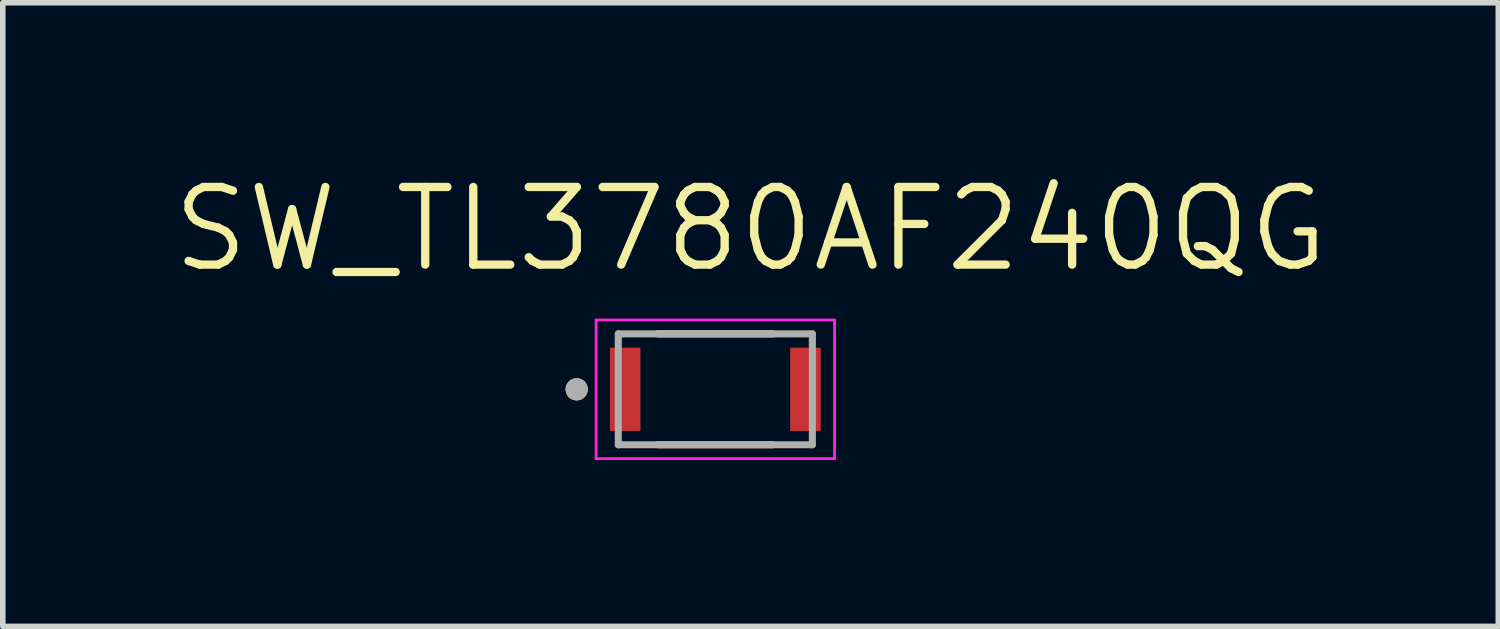
<source format=kicad_pcb>
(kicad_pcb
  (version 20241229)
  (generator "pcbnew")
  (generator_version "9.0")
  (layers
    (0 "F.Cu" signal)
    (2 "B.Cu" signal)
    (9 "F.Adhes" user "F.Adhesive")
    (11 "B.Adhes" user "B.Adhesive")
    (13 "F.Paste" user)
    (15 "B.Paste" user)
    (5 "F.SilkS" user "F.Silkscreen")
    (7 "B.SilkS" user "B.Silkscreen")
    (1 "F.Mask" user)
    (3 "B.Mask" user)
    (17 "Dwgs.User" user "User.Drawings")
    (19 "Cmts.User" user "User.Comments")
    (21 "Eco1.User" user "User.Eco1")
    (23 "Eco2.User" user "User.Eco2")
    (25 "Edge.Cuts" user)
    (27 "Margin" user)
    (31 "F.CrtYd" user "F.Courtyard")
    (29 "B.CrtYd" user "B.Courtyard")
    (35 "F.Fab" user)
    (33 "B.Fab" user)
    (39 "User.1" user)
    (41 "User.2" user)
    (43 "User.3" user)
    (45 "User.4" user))
  (footprint "SW_TL3780AF240QG"
    (layer "F.Cu")
    (at 9.85 3.971)
    (property "Reference" "SW_TL3780AF240QG" (at 0.635 -2.889 0) (layer "F.SilkS") (effects (font (size 1.4 1.4) (thickness 0.15))))
    (attr through_hole)
    (fp_line (start -1.036 -1) (end 1.036 -1) (stroke (width 0.127) (type solid)) (layer "F.SilkS"))
    (fp_line (start -1.036 1) (end 1.036 1) (stroke (width 0.127) (type solid)) (layer "F.SilkS"))
    (fp_circle (center -2.5 0) (end -2.4 0) (stroke (width 0.2) (type solid)) (fill no) (layer "F.SilkS"))
    (fp_line (start -2.15 -1.25) (end 2.15 -1.25) (stroke (width 0.05) (type solid)) (layer "F.CrtYd"))
    (fp_line (start -2.15 1.25) (end -2.15 -1.25) (stroke (width 0.05) (type solid)) (layer "F.CrtYd"))
    (fp_line (start 2.15 -1.25) (end 2.15 1.25) (stroke (width 0.05) (type solid)) (layer "F.CrtYd"))
    (fp_line (start 2.15 1.25) (end -2.15 1.25) (stroke (width 0.05) (type solid)) (layer "F.CrtYd"))
    (fp_line (start -1.75 -1) (end 1.75 -1) (stroke (width 0.127) (type solid)) (layer "F.Fab"))
    (fp_line (start -1.75 1) (end -1.75 -1) (stroke (width 0.127) (type solid)) (layer "F.Fab"))
    (fp_line (start 1.75 -1) (end 1.75 1) (stroke (width 0.127) (type solid)) (layer "F.Fab"))
    (fp_line (start 1.75 1) (end -1.75 1) (stroke (width 0.127) (type solid)) (layer "F.Fab"))
    (fp_circle (center -2.5 0) (end -2.4 0) (stroke (width 0.2) (type solid)) (fill no) (layer "F.Fab"))
    (pad "1" smd rect (at -1.625 0) (size 0.55 1.5) (layers "F.Cu" "F.Mask" "F.Paste"))
    (pad "2" smd rect (at 1.625 0) (size 0.55 1.5) (layers "F.Cu" "F.Mask" "F.Paste")))
  (gr_rect
    (start -3 -3)
    (end 23.97 8.246)
    (stroke (width 0.1) (type default))
    (fill no)
    (layer "Edge.Cuts")))
</source>
